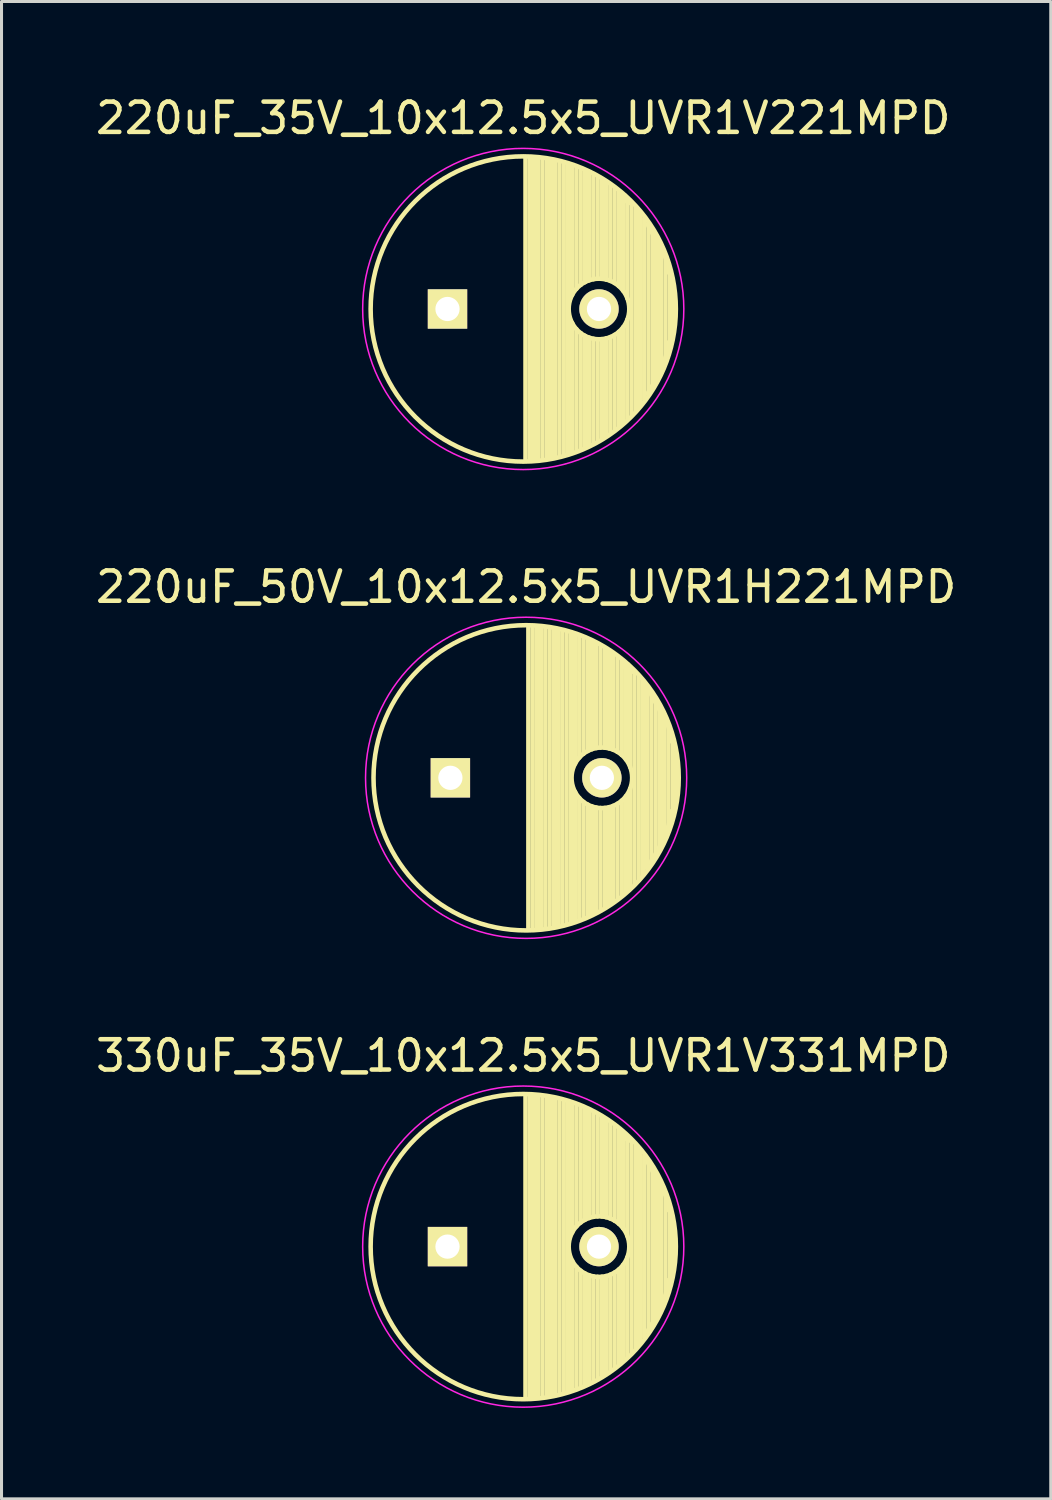
<source format=kicad_pcb>
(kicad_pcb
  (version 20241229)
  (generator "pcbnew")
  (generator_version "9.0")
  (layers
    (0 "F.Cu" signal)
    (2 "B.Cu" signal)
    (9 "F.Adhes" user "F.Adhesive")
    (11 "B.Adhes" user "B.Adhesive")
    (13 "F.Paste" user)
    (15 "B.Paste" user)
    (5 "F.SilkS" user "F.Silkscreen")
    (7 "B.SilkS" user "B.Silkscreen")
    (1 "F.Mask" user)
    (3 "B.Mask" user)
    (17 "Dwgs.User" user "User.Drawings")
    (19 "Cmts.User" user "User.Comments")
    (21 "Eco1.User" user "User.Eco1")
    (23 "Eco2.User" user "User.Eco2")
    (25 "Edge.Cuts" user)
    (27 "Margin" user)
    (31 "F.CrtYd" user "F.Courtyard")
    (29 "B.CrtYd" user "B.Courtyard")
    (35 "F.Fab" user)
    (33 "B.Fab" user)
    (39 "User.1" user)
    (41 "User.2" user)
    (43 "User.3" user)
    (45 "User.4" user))
  (footprint "220uF_35V_10x12.5x5_UVR1V221MPD"
    (layer "F.Cu")
    (at 14.22 7.148)
    (property "Reference" "220uF_35V_10x12.5x5_UVR1V221MPD" (at 0 -6.3 0) (layer "F.SilkS") (effects (font (size 1 1) (thickness 0.15))))
    (attr through_hole)
    (fp_line (start 0.075 -4.999) (end 0.075 4.999) (stroke (width 0.15) (type solid)) (layer "F.SilkS"))
    (fp_line (start 0.215 -4.995) (end 0.215 4.995) (stroke (width 0.15) (type solid)) (layer "F.SilkS"))
    (fp_line (start 0.355 -4.987) (end 0.355 4.987) (stroke (width 0.15) (type solid)) (layer "F.SilkS"))
    (fp_line (start 0.495 -4.975) (end 0.495 4.975) (stroke (width 0.15) (type solid)) (layer "F.SilkS"))
    (fp_line (start 0.635 -4.96) (end 0.635 4.96) (stroke (width 0.15) (type solid)) (layer "F.SilkS"))
    (fp_line (start 0.775 -4.94) (end 0.775 4.94) (stroke (width 0.15) (type solid)) (layer "F.SilkS"))
    (fp_line (start 0.915 -4.916) (end 0.915 4.916) (stroke (width 0.15) (type solid)) (layer "F.SilkS"))
    (fp_line (start 1.055 -4.887) (end 1.055 4.887) (stroke (width 0.15) (type solid)) (layer "F.SilkS"))
    (fp_line (start 1.195 -4.855) (end 1.195 4.855) (stroke (width 0.15) (type solid)) (layer "F.SilkS"))
    (fp_line (start 1.335 -4.818) (end 1.335 4.818) (stroke (width 0.15) (type solid)) (layer "F.SilkS"))
    (fp_line (start 1.475 -4.777) (end 1.475 4.777) (stroke (width 0.15) (type solid)) (layer "F.SilkS"))
    (fp_line (start 1.615 -4.732) (end 1.615 -0.466) (stroke (width 0.15) (type solid)) (layer "F.SilkS"))
    (fp_line (start 1.615 0.466) (end 1.615 4.732) (stroke (width 0.15) (type solid)) (layer "F.SilkS"))
    (fp_line (start 1.755 -4.682) (end 1.755 -0.667) (stroke (width 0.15) (type solid)) (layer "F.SilkS"))
    (fp_line (start 1.755 0.667) (end 1.755 4.682) (stroke (width 0.15) (type solid)) (layer "F.SilkS"))
    (fp_line (start 1.895 -4.627) (end 1.895 -0.796) (stroke (width 0.15) (type solid)) (layer "F.SilkS"))
    (fp_line (start 1.895 0.796) (end 1.895 4.627) (stroke (width 0.15) (type solid)) (layer "F.SilkS"))
    (fp_line (start 2.035 -4.567) (end 2.035 -0.885) (stroke (width 0.15) (type solid)) (layer "F.SilkS"))
    (fp_line (start 2.035 0.885) (end 2.035 4.567) (stroke (width 0.15) (type solid)) (layer "F.SilkS"))
    (fp_line (start 2.175 -4.502) (end 2.175 -0.946) (stroke (width 0.15) (type solid)) (layer "F.SilkS"))
    (fp_line (start 2.175 0.946) (end 2.175 4.502) (stroke (width 0.15) (type solid)) (layer "F.SilkS"))
    (fp_line (start 2.315 -4.432) (end 2.315 -0.983) (stroke (width 0.15) (type solid)) (layer "F.SilkS"))
    (fp_line (start 2.315 0.983) (end 2.315 4.432) (stroke (width 0.15) (type solid)) (layer "F.SilkS"))
    (fp_line (start 2.455 -4.356) (end 2.455 -0.999) (stroke (width 0.15) (type solid)) (layer "F.SilkS"))
    (fp_line (start 2.455 0.999) (end 2.455 4.356) (stroke (width 0.15) (type solid)) (layer "F.SilkS"))
    (fp_line (start 2.595 -4.274) (end 2.595 -0.995) (stroke (width 0.15) (type solid)) (layer "F.SilkS"))
    (fp_line (start 2.595 0.995) (end 2.595 4.274) (stroke (width 0.15) (type solid)) (layer "F.SilkS"))
    (fp_line (start 2.735 -4.186) (end 2.735 -0.972) (stroke (width 0.15) (type solid)) (layer "F.SilkS"))
    (fp_line (start 2.735 0.972) (end 2.735 4.186) (stroke (width 0.15) (type solid)) (layer "F.SilkS"))
    (fp_line (start 2.875 -4.091) (end 2.875 -0.927) (stroke (width 0.15) (type solid)) (layer "F.SilkS"))
    (fp_line (start 2.875 0.927) (end 2.875 4.091) (stroke (width 0.15) (type solid)) (layer "F.SilkS"))
    (fp_line (start 3.015 -3.989) (end 3.015 -0.857) (stroke (width 0.15) (type solid)) (layer "F.SilkS"))
    (fp_line (start 3.015 0.857) (end 3.015 3.989) (stroke (width 0.15) (type solid)) (layer "F.SilkS"))
    (fp_line (start 3.155 -3.879) (end 3.155 -0.756) (stroke (width 0.15) (type solid)) (layer "F.SilkS"))
    (fp_line (start 3.155 0.756) (end 3.155 3.879) (stroke (width 0.15) (type solid)) (layer "F.SilkS"))
    (fp_line (start 3.2 -3.7) (end 3.5 -3.5) (stroke (width 0.15) (type solid)) (layer "F.SilkS"))
    (fp_line (start 3.295 -3.761) (end 3.295 -0.607) (stroke (width 0.15) (type solid)) (layer "F.SilkS"))
    (fp_line (start 3.295 0.607) (end 3.295 3.761) (stroke (width 0.15) (type solid)) (layer "F.SilkS"))
    (fp_line (start 3.435 -3.633) (end 3.435 -0.355) (stroke (width 0.15) (type solid)) (layer "F.SilkS"))
    (fp_line (start 3.435 0.355) (end 3.435 3.633) (stroke (width 0.15) (type solid)) (layer "F.SilkS"))
    (fp_line (start 3.575 -3.496) (end 3.575 3.496) (stroke (width 0.15) (type solid)) (layer "F.SilkS"))
    (fp_line (start 3.715 -3.346) (end 3.715 3.346) (stroke (width 0.15) (type solid)) (layer "F.SilkS"))
    (fp_line (start 3.855 -3.184) (end 3.855 3.184) (stroke (width 0.15) (type solid)) (layer "F.SilkS"))
    (fp_line (start 3.995 -3.007) (end 3.995 3.007) (stroke (width 0.15) (type solid)) (layer "F.SilkS"))
    (fp_line (start 4.1 -2.8) (end 4.7 -1.7) (stroke (width 0.15) (type solid)) (layer "F.SilkS"))
    (fp_line (start 4.135 -2.811) (end 4.135 2.811) (stroke (width 0.15) (type solid)) (layer "F.SilkS"))
    (fp_line (start 4.275 -2.593) (end 4.275 2.593) (stroke (width 0.15) (type solid)) (layer "F.SilkS"))
    (fp_line (start 4.4 2.3) (end 4.1 2.8) (stroke (width 0.15) (type solid)) (layer "F.SilkS"))
    (fp_line (start 4.415 -2.347) (end 4.415 2.347) (stroke (width 0.15) (type solid)) (layer "F.SilkS"))
    (fp_line (start 4.555 -2.062) (end 4.555 2.062) (stroke (width 0.15) (type solid)) (layer "F.SilkS"))
    (fp_line (start 4.695 -1.72) (end 4.695 1.72) (stroke (width 0.15) (type solid)) (layer "F.SilkS"))
    (fp_line (start 4.7 -1.7) (end 4.8 -1.2) (stroke (width 0.15) (type solid)) (layer "F.SilkS"))
    (fp_line (start 4.7 1.6) (end 4.4 2.3) (stroke (width 0.15) (type solid)) (layer "F.SilkS"))
    (fp_line (start 4.8 1.1) (end 4.7 1.6) (stroke (width 0.15) (type solid)) (layer "F.SilkS"))
    (fp_line (start 4.835 -1.274) (end 4.835 1.274) (stroke (width 0.15) (type solid)) (layer "F.SilkS"))
    (fp_line (start 4.9 -0.8) (end 4.9 0.8) (stroke (width 0.15) (type solid)) (layer "F.SilkS"))
    (fp_line (start 4.975 -0.499) (end 4.975 0.499) (stroke (width 0.15) (type solid)) (layer "F.SilkS"))
    (fp_circle (center 0 0) (end 0 -5.037) (stroke (width 0.15) (type solid)) (fill no) (layer "F.SilkS"))
    (fp_circle (center 2.5 0) (end 2.5 -1) (stroke (width 0.15) (type solid)) (fill no) (layer "F.SilkS"))
    (fp_circle (center 0 0) (end 0 -5.3) (stroke (width 0.05) (type solid)) (fill no) (layer "F.CrtYd"))
    (pad "1" thru_hole rect (at -2.5 0) (size 1.3 1.3) (drill 0.8) (layers "*.Cu" "*.Mask" "F.SilkS"))
    (pad "2" thru_hole circle (at 2.5 0) (size 1.3 1.3) (drill 0.8) (layers "*.Cu" "*.Mask" "F.SilkS")))
  (footprint "330uF_35V_10x12.5x5_UVR1V331MPD"
    (layer "F.Cu")
    (at 14.22 38.095)
    (property "Reference" "330uF_35V_10x12.5x5_UVR1V331MPD" (at 0 -6.3 0) (layer "F.SilkS") (effects (font (size 1 1) (thickness 0.15))))
    (attr through_hole)
    (fp_line (start 0.075 -4.999) (end 0.075 4.999) (stroke (width 0.15) (type solid)) (layer "F.SilkS"))
    (fp_line (start 0.215 -4.995) (end 0.215 4.995) (stroke (width 0.15) (type solid)) (layer "F.SilkS"))
    (fp_line (start 0.355 -4.987) (end 0.355 4.987) (stroke (width 0.15) (type solid)) (layer "F.SilkS"))
    (fp_line (start 0.495 -4.975) (end 0.495 4.975) (stroke (width 0.15) (type solid)) (layer "F.SilkS"))
    (fp_line (start 0.635 -4.96) (end 0.635 4.96) (stroke (width 0.15) (type solid)) (layer "F.SilkS"))
    (fp_line (start 0.775 -4.94) (end 0.775 4.94) (stroke (width 0.15) (type solid)) (layer "F.SilkS"))
    (fp_line (start 0.915 -4.916) (end 0.915 4.916) (stroke (width 0.15) (type solid)) (layer "F.SilkS"))
    (fp_line (start 1.055 -4.887) (end 1.055 4.887) (stroke (width 0.15) (type solid)) (layer "F.SilkS"))
    (fp_line (start 1.195 -4.855) (end 1.195 4.855) (stroke (width 0.15) (type solid)) (layer "F.SilkS"))
    (fp_line (start 1.335 -4.818) (end 1.335 4.818) (stroke (width 0.15) (type solid)) (layer "F.SilkS"))
    (fp_line (start 1.475 -4.777) (end 1.475 4.777) (stroke (width 0.15) (type solid)) (layer "F.SilkS"))
    (fp_line (start 1.615 -4.732) (end 1.615 -0.466) (stroke (width 0.15) (type solid)) (layer "F.SilkS"))
    (fp_line (start 1.615 0.466) (end 1.615 4.732) (stroke (width 0.15) (type solid)) (layer "F.SilkS"))
    (fp_line (start 1.755 -4.682) (end 1.755 -0.667) (stroke (width 0.15) (type solid)) (layer "F.SilkS"))
    (fp_line (start 1.755 0.667) (end 1.755 4.682) (stroke (width 0.15) (type solid)) (layer "F.SilkS"))
    (fp_line (start 1.895 -4.627) (end 1.895 -0.796) (stroke (width 0.15) (type solid)) (layer "F.SilkS"))
    (fp_line (start 1.895 0.796) (end 1.895 4.627) (stroke (width 0.15) (type solid)) (layer "F.SilkS"))
    (fp_line (start 2.035 -4.567) (end 2.035 -0.885) (stroke (width 0.15) (type solid)) (layer "F.SilkS"))
    (fp_line (start 2.035 0.885) (end 2.035 4.567) (stroke (width 0.15) (type solid)) (layer "F.SilkS"))
    (fp_line (start 2.175 -4.502) (end 2.175 -0.946) (stroke (width 0.15) (type solid)) (layer "F.SilkS"))
    (fp_line (start 2.175 0.946) (end 2.175 4.502) (stroke (width 0.15) (type solid)) (layer "F.SilkS"))
    (fp_line (start 2.315 -4.432) (end 2.315 -0.983) (stroke (width 0.15) (type solid)) (layer "F.SilkS"))
    (fp_line (start 2.315 0.983) (end 2.315 4.432) (stroke (width 0.15) (type solid)) (layer "F.SilkS"))
    (fp_line (start 2.455 -4.356) (end 2.455 -0.999) (stroke (width 0.15) (type solid)) (layer "F.SilkS"))
    (fp_line (start 2.455 0.999) (end 2.455 4.356) (stroke (width 0.15) (type solid)) (layer "F.SilkS"))
    (fp_line (start 2.595 -4.274) (end 2.595 -0.995) (stroke (width 0.15) (type solid)) (layer "F.SilkS"))
    (fp_line (start 2.595 0.995) (end 2.595 4.274) (stroke (width 0.15) (type solid)) (layer "F.SilkS"))
    (fp_line (start 2.735 -4.186) (end 2.735 -0.972) (stroke (width 0.15) (type solid)) (layer "F.SilkS"))
    (fp_line (start 2.735 0.972) (end 2.735 4.186) (stroke (width 0.15) (type solid)) (layer "F.SilkS"))
    (fp_line (start 2.875 -4.091) (end 2.875 -0.927) (stroke (width 0.15) (type solid)) (layer "F.SilkS"))
    (fp_line (start 2.875 0.927) (end 2.875 4.091) (stroke (width 0.15) (type solid)) (layer "F.SilkS"))
    (fp_line (start 3.015 -3.989) (end 3.015 -0.857) (stroke (width 0.15) (type solid)) (layer "F.SilkS"))
    (fp_line (start 3.015 0.857) (end 3.015 3.989) (stroke (width 0.15) (type solid)) (layer "F.SilkS"))
    (fp_line (start 3.155 -3.879) (end 3.155 -0.756) (stroke (width 0.15) (type solid)) (layer "F.SilkS"))
    (fp_line (start 3.155 0.756) (end 3.155 3.879) (stroke (width 0.15) (type solid)) (layer "F.SilkS"))
    (fp_line (start 3.2 -3.7) (end 3.5 -3.5) (stroke (width 0.15) (type solid)) (layer "F.SilkS"))
    (fp_line (start 3.295 -3.761) (end 3.295 -0.607) (stroke (width 0.15) (type solid)) (layer "F.SilkS"))
    (fp_line (start 3.295 0.607) (end 3.295 3.761) (stroke (width 0.15) (type solid)) (layer "F.SilkS"))
    (fp_line (start 3.435 -3.633) (end 3.435 -0.355) (stroke (width 0.15) (type solid)) (layer "F.SilkS"))
    (fp_line (start 3.435 0.355) (end 3.435 3.633) (stroke (width 0.15) (type solid)) (layer "F.SilkS"))
    (fp_line (start 3.575 -3.496) (end 3.575 3.496) (stroke (width 0.15) (type solid)) (layer "F.SilkS"))
    (fp_line (start 3.715 -3.346) (end 3.715 3.346) (stroke (width 0.15) (type solid)) (layer "F.SilkS"))
    (fp_line (start 3.855 -3.184) (end 3.855 3.184) (stroke (width 0.15) (type solid)) (layer "F.SilkS"))
    (fp_line (start 3.995 -3.007) (end 3.995 3.007) (stroke (width 0.15) (type solid)) (layer "F.SilkS"))
    (fp_line (start 4.1 -2.8) (end 4.7 -1.7) (stroke (width 0.15) (type solid)) (layer "F.SilkS"))
    (fp_line (start 4.135 -2.811) (end 4.135 2.811) (stroke (width 0.15) (type solid)) (layer "F.SilkS"))
    (fp_line (start 4.275 -2.593) (end 4.275 2.593) (stroke (width 0.15) (type solid)) (layer "F.SilkS"))
    (fp_line (start 4.4 2.3) (end 4.1 2.8) (stroke (width 0.15) (type solid)) (layer "F.SilkS"))
    (fp_line (start 4.415 -2.347) (end 4.415 2.347) (stroke (width 0.15) (type solid)) (layer "F.SilkS"))
    (fp_line (start 4.555 -2.062) (end 4.555 2.062) (stroke (width 0.15) (type solid)) (layer "F.SilkS"))
    (fp_line (start 4.695 -1.72) (end 4.695 1.72) (stroke (width 0.15) (type solid)) (layer "F.SilkS"))
    (fp_line (start 4.7 -1.7) (end 4.8 -1.2) (stroke (width 0.15) (type solid)) (layer "F.SilkS"))
    (fp_line (start 4.7 1.6) (end 4.4 2.3) (stroke (width 0.15) (type solid)) (layer "F.SilkS"))
    (fp_line (start 4.8 1.1) (end 4.7 1.6) (stroke (width 0.15) (type solid)) (layer "F.SilkS"))
    (fp_line (start 4.835 -1.274) (end 4.835 1.274) (stroke (width 0.15) (type solid)) (layer "F.SilkS"))
    (fp_line (start 4.9 -0.8) (end 4.9 0.8) (stroke (width 0.15) (type solid)) (layer "F.SilkS"))
    (fp_line (start 4.975 -0.499) (end 4.975 0.499) (stroke (width 0.15) (type solid)) (layer "F.SilkS"))
    (fp_circle (center 0 0) (end 0 -5.037) (stroke (width 0.15) (type solid)) (fill no) (layer "F.SilkS"))
    (fp_circle (center 2.5 0) (end 2.5 -1) (stroke (width 0.15) (type solid)) (fill no) (layer "F.SilkS"))
    (fp_circle (center 0 0) (end 0 -5.3) (stroke (width 0.05) (type solid)) (fill no) (layer "F.CrtYd"))
    (pad "1" thru_hole rect (at -2.5 0) (size 1.3 1.3) (drill 0.8) (layers "*.Cu" "*.Mask" "F.SilkS"))
    (pad "2" thru_hole circle (at 2.5 0) (size 1.3 1.3) (drill 0.8) (layers "*.Cu" "*.Mask" "F.SilkS")))
  (footprint "220uF_50V_10x12.5x5_UVR1H221MPD"
    (layer "F.Cu")
    (at 14.315 22.622)
    (property "Reference" "220uF_50V_10x12.5x5_UVR1H221MPD" (at 0 -6.3 0) (layer "F.SilkS") (effects (font (size 1 1) (thickness 0.15))))
    (attr through_hole)
    (fp_line (start 0.075 -4.999) (end 0.075 4.999) (stroke (width 0.15) (type solid)) (layer "F.SilkS"))
    (fp_line (start 0.215 -4.995) (end 0.215 4.995) (stroke (width 0.15) (type solid)) (layer "F.SilkS"))
    (fp_line (start 0.355 -4.987) (end 0.355 4.987) (stroke (width 0.15) (type solid)) (layer "F.SilkS"))
    (fp_line (start 0.495 -4.975) (end 0.495 4.975) (stroke (width 0.15) (type solid)) (layer "F.SilkS"))
    (fp_line (start 0.635 -4.96) (end 0.635 4.96) (stroke (width 0.15) (type solid)) (layer "F.SilkS"))
    (fp_line (start 0.775 -4.94) (end 0.775 4.94) (stroke (width 0.15) (type solid)) (layer "F.SilkS"))
    (fp_line (start 0.915 -4.916) (end 0.915 4.916) (stroke (width 0.15) (type solid)) (layer "F.SilkS"))
    (fp_line (start 1.055 -4.887) (end 1.055 4.887) (stroke (width 0.15) (type solid)) (layer "F.SilkS"))
    (fp_line (start 1.195 -4.855) (end 1.195 4.855) (stroke (width 0.15) (type solid)) (layer "F.SilkS"))
    (fp_line (start 1.335 -4.818) (end 1.335 4.818) (stroke (width 0.15) (type solid)) (layer "F.SilkS"))
    (fp_line (start 1.475 -4.777) (end 1.475 4.777) (stroke (width 0.15) (type solid)) (layer "F.SilkS"))
    (fp_line (start 1.615 -4.732) (end 1.615 -0.466) (stroke (width 0.15) (type solid)) (layer "F.SilkS"))
    (fp_line (start 1.615 0.466) (end 1.615 4.732) (stroke (width 0.15) (type solid)) (layer "F.SilkS"))
    (fp_line (start 1.755 -4.682) (end 1.755 -0.667) (stroke (width 0.15) (type solid)) (layer "F.SilkS"))
    (fp_line (start 1.755 0.667) (end 1.755 4.682) (stroke (width 0.15) (type solid)) (layer "F.SilkS"))
    (fp_line (start 1.895 -4.627) (end 1.895 -0.796) (stroke (width 0.15) (type solid)) (layer "F.SilkS"))
    (fp_line (start 1.895 0.796) (end 1.895 4.627) (stroke (width 0.15) (type solid)) (layer "F.SilkS"))
    (fp_line (start 2.035 -4.567) (end 2.035 -0.885) (stroke (width 0.15) (type solid)) (layer "F.SilkS"))
    (fp_line (start 2.035 0.885) (end 2.035 4.567) (stroke (width 0.15) (type solid)) (layer "F.SilkS"))
    (fp_line (start 2.175 -4.502) (end 2.175 -0.946) (stroke (width 0.15) (type solid)) (layer "F.SilkS"))
    (fp_line (start 2.175 0.946) (end 2.175 4.502) (stroke (width 0.15) (type solid)) (layer "F.SilkS"))
    (fp_line (start 2.315 -4.432) (end 2.315 -0.983) (stroke (width 0.15) (type solid)) (layer "F.SilkS"))
    (fp_line (start 2.315 0.983) (end 2.315 4.432) (stroke (width 0.15) (type solid)) (layer "F.SilkS"))
    (fp_line (start 2.455 -4.356) (end 2.455 -0.999) (stroke (width 0.15) (type solid)) (layer "F.SilkS"))
    (fp_line (start 2.455 0.999) (end 2.455 4.356) (stroke (width 0.15) (type solid)) (layer "F.SilkS"))
    (fp_line (start 2.595 -4.274) (end 2.595 -0.995) (stroke (width 0.15) (type solid)) (layer "F.SilkS"))
    (fp_line (start 2.595 0.995) (end 2.595 4.274) (stroke (width 0.15) (type solid)) (layer "F.SilkS"))
    (fp_line (start 2.735 -4.186) (end 2.735 -0.972) (stroke (width 0.15) (type solid)) (layer "F.SilkS"))
    (fp_line (start 2.735 0.972) (end 2.735 4.186) (stroke (width 0.15) (type solid)) (layer "F.SilkS"))
    (fp_line (start 2.875 -4.091) (end 2.875 -0.927) (stroke (width 0.15) (type solid)) (layer "F.SilkS"))
    (fp_line (start 2.875 0.927) (end 2.875 4.091) (stroke (width 0.15) (type solid)) (layer "F.SilkS"))
    (fp_line (start 3.015 -3.989) (end 3.015 -0.857) (stroke (width 0.15) (type solid)) (layer "F.SilkS"))
    (fp_line (start 3.015 0.857) (end 3.015 3.989) (stroke (width 0.15) (type solid)) (layer "F.SilkS"))
    (fp_line (start 3.155 -3.879) (end 3.155 -0.756) (stroke (width 0.15) (type solid)) (layer "F.SilkS"))
    (fp_line (start 3.155 0.756) (end 3.155 3.879) (stroke (width 0.15) (type solid)) (layer "F.SilkS"))
    (fp_line (start 3.2 -3.7) (end 3.5 -3.5) (stroke (width 0.15) (type solid)) (layer "F.SilkS"))
    (fp_line (start 3.295 -3.761) (end 3.295 -0.607) (stroke (width 0.15) (type solid)) (layer "F.SilkS"))
    (fp_line (start 3.295 0.607) (end 3.295 3.761) (stroke (width 0.15) (type solid)) (layer "F.SilkS"))
    (fp_line (start 3.435 -3.633) (end 3.435 -0.355) (stroke (width 0.15) (type solid)) (layer "F.SilkS"))
    (fp_line (start 3.435 0.355) (end 3.435 3.633) (stroke (width 0.15) (type solid)) (layer "F.SilkS"))
    (fp_line (start 3.575 -3.496) (end 3.575 3.496) (stroke (width 0.15) (type solid)) (layer "F.SilkS"))
    (fp_line (start 3.715 -3.346) (end 3.715 3.346) (stroke (width 0.15) (type solid)) (layer "F.SilkS"))
    (fp_line (start 3.855 -3.184) (end 3.855 3.184) (stroke (width 0.15) (type solid)) (layer "F.SilkS"))
    (fp_line (start 3.995 -3.007) (end 3.995 3.007) (stroke (width 0.15) (type solid)) (layer "F.SilkS"))
    (fp_line (start 4.1 -2.8) (end 4.7 -1.7) (stroke (width 0.15) (type solid)) (layer "F.SilkS"))
    (fp_line (start 4.135 -2.811) (end 4.135 2.811) (stroke (width 0.15) (type solid)) (layer "F.SilkS"))
    (fp_line (start 4.275 -2.593) (end 4.275 2.593) (stroke (width 0.15) (type solid)) (layer "F.SilkS"))
    (fp_line (start 4.4 2.3) (end 4.1 2.8) (stroke (width 0.15) (type solid)) (layer "F.SilkS"))
    (fp_line (start 4.415 -2.347) (end 4.415 2.347) (stroke (width 0.15) (type solid)) (layer "F.SilkS"))
    (fp_line (start 4.555 -2.062) (end 4.555 2.062) (stroke (width 0.15) (type solid)) (layer "F.SilkS"))
    (fp_line (start 4.695 -1.72) (end 4.695 1.72) (stroke (width 0.15) (type solid)) (layer "F.SilkS"))
    (fp_line (start 4.7 -1.7) (end 4.8 -1.2) (stroke (width 0.15) (type solid)) (layer "F.SilkS"))
    (fp_line (start 4.7 1.6) (end 4.4 2.3) (stroke (width 0.15) (type solid)) (layer "F.SilkS"))
    (fp_line (start 4.8 1.1) (end 4.7 1.6) (stroke (width 0.15) (type solid)) (layer "F.SilkS"))
    (fp_line (start 4.835 -1.274) (end 4.835 1.274) (stroke (width 0.15) (type solid)) (layer "F.SilkS"))
    (fp_line (start 4.9 -0.8) (end 4.9 0.8) (stroke (width 0.15) (type solid)) (layer "F.SilkS"))
    (fp_line (start 4.975 -0.499) (end 4.975 0.499) (stroke (width 0.15) (type solid)) (layer "F.SilkS"))
    (fp_circle (center 0 0) (end 0 -5.037) (stroke (width 0.15) (type solid)) (fill no) (layer "F.SilkS"))
    (fp_circle (center 2.5 0) (end 2.5 -1) (stroke (width 0.15) (type solid)) (fill no) (layer "F.SilkS"))
    (fp_circle (center 0 0) (end 0 -5.3) (stroke (width 0.05) (type solid)) (fill no) (layer "F.CrtYd"))
    (pad "1" thru_hole rect (at -2.5 0) (size 1.3 1.3) (drill 0.8) (layers "*.Cu" "*.Mask" "F.SilkS"))
    (pad "2" thru_hole circle (at 2.5 0) (size 1.3 1.3) (drill 0.8) (layers "*.Cu" "*.Mask" "F.SilkS")))
  (gr_rect
    (start -3 -3)
    (end 31.631 46.42)
    (stroke (width 0.1) (type default))
    (fill no)
    (layer "Edge.Cuts")))
</source>
